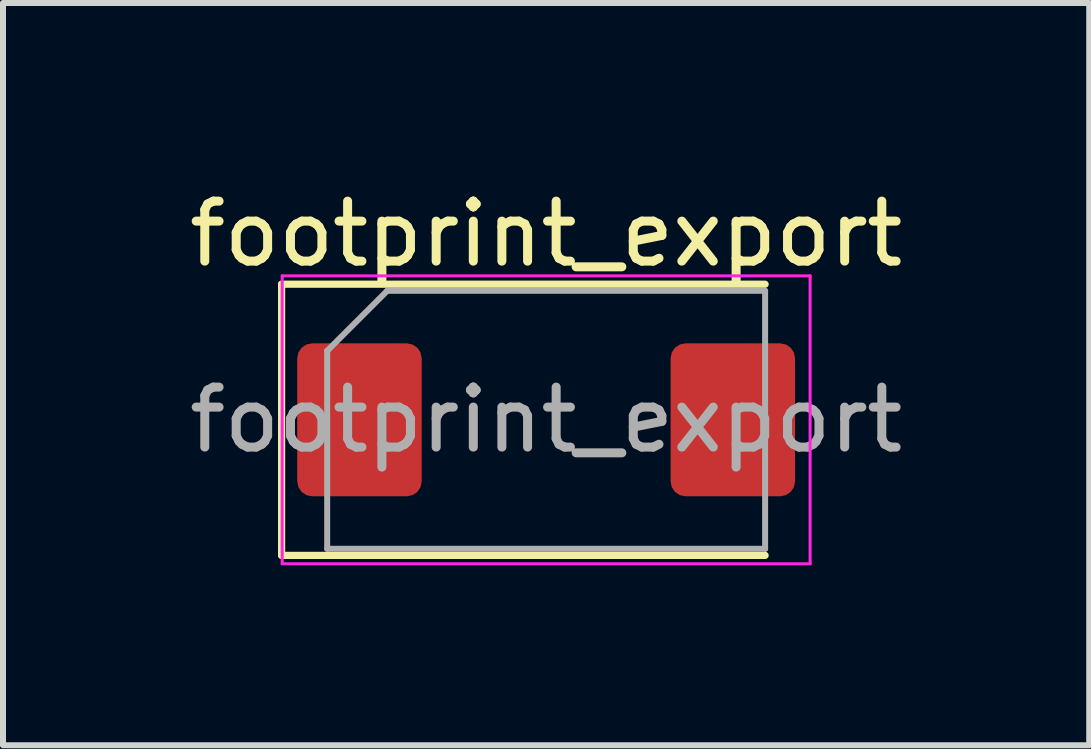
<source format=kicad_pcb>
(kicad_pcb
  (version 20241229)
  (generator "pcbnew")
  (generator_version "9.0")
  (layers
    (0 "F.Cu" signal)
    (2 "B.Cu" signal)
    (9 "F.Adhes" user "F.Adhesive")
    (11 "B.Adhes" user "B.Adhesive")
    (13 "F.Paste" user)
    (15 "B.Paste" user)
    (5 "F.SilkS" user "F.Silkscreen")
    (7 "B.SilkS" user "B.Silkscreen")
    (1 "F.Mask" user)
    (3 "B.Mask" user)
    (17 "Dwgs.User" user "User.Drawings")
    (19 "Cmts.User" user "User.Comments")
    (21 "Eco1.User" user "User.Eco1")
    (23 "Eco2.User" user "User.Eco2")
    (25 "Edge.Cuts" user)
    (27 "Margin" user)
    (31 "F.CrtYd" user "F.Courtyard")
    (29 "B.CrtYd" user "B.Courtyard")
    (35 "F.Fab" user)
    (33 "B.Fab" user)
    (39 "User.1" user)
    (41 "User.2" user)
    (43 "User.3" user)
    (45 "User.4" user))
  (footprint "footprint_export"
    (layer "F.Cu")
    (at 6.054 3.948)
    (property "Reference" "footprint_export" (at 0 -3.1 0) (layer "F.SilkS") (effects (font (size 1 1) (thickness 0.15))))
    (attr smd)
    (fp_line (start -4.41 -2.26) (end -4.41 2.26) (stroke (width 0.12) (type solid)) (layer "F.SilkS"))
    (fp_line (start -4.41 2.26) (end 3.65 2.26) (stroke (width 0.12) (type solid)) (layer "F.SilkS"))
    (fp_line (start 3.65 -2.26) (end -4.41 -2.26) (stroke (width 0.12) (type solid)) (layer "F.SilkS"))
    (fp_line (start -4.4 -2.4) (end 4.4 -2.4) (stroke (width 0.05) (type solid)) (layer "F.CrtYd"))
    (fp_line (start -4.4 2.4) (end -4.4 -2.4) (stroke (width 0.05) (type solid)) (layer "F.CrtYd"))
    (fp_line (start 4.4 -2.4) (end 4.4 2.4) (stroke (width 0.05) (type solid)) (layer "F.CrtYd"))
    (fp_line (start 4.4 2.4) (end -4.4 2.4) (stroke (width 0.05) (type solid)) (layer "F.CrtYd"))
    (fp_line (start -3.65 -1.15) (end -3.65 2.15) (stroke (width 0.1) (type solid)) (layer "F.Fab"))
    (fp_line (start -3.65 2.15) (end 3.65 2.15) (stroke (width 0.1) (type solid)) (layer "F.Fab"))
    (fp_line (start -2.65 -2.15) (end -3.65 -1.15) (stroke (width 0.1) (type solid)) (layer "F.Fab"))
    (fp_line (start 3.65 -2.15) (end -2.65 -2.15) (stroke (width 0.1) (type solid)) (layer "F.Fab"))
    (fp_line (start 3.65 2.15) (end 3.65 -2.15) (stroke (width 0.1) (type solid)) (layer "F.Fab"))
    (fp_text user "${REFERENCE}" (at 0 0 0) (layer "F.Fab") (effects (font (size 1 1) (thickness 0.15))))
    (pad "1" smd roundrect (at -3.112 0) (size 2.075 2.55) (layers "F.Cu" "F.Mask" "F.Paste") (roundrect_rratio 0.12))
    (pad "2" smd roundrect (at 3.112 0) (size 2.075 2.55) (layers "F.Cu" "F.Mask" "F.Paste") (roundrect_rratio 0.12)))
  (gr_rect
    (start -3 -3)
    (end 15.107 9.373)
    (stroke (width 0.1) (type default))
    (fill no)
    (layer "Edge.Cuts")))
</source>
